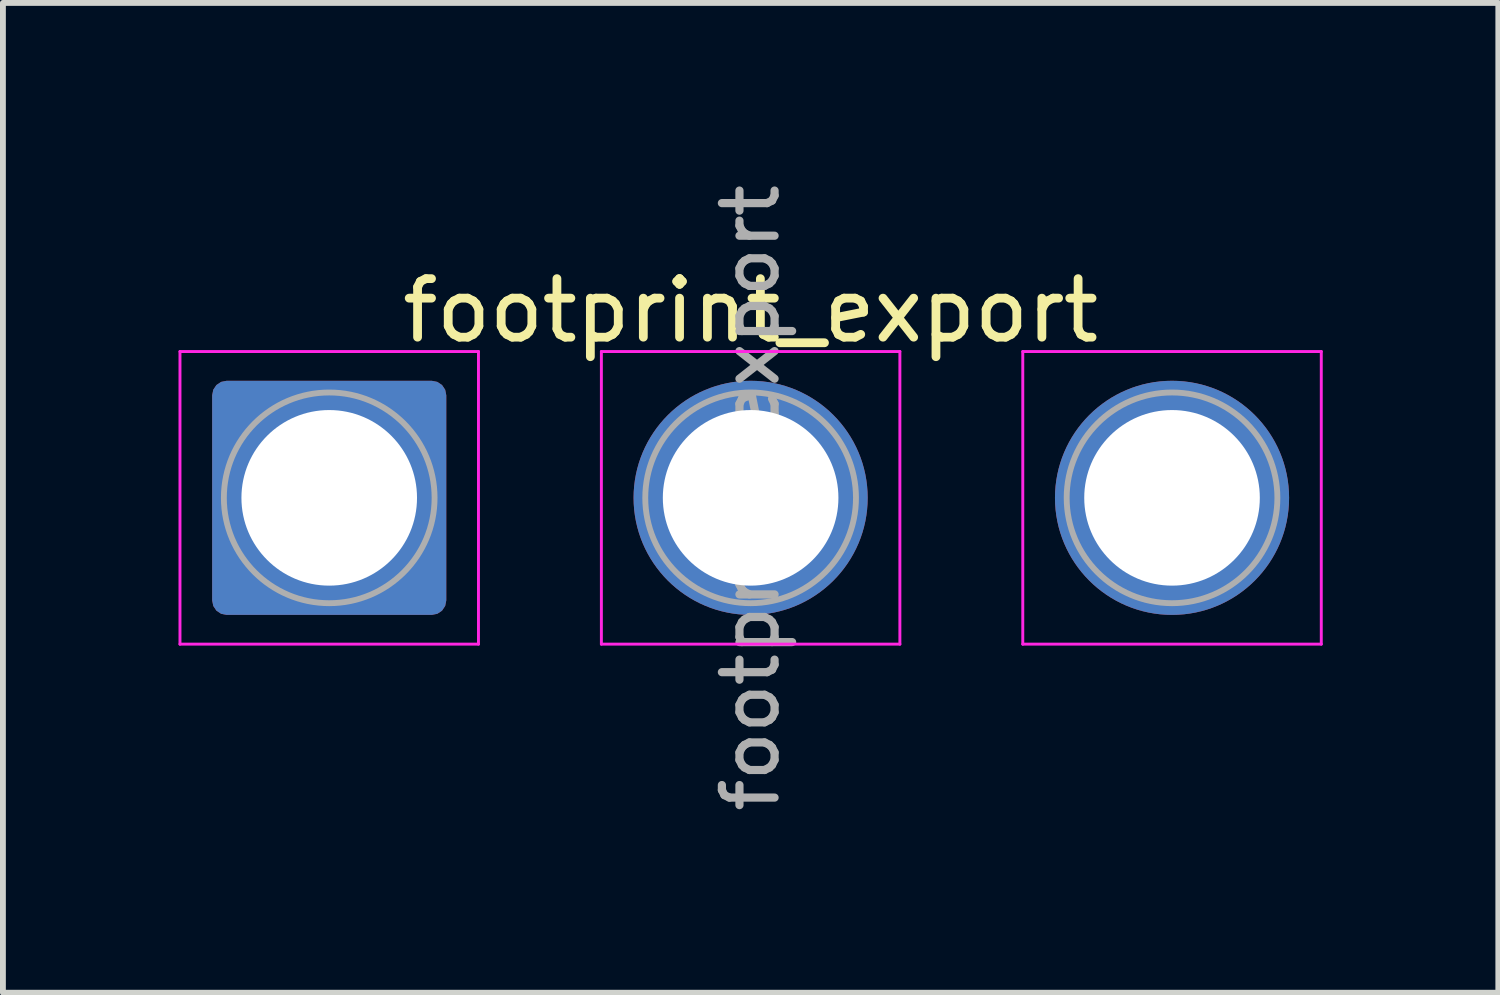
<source format=kicad_pcb>
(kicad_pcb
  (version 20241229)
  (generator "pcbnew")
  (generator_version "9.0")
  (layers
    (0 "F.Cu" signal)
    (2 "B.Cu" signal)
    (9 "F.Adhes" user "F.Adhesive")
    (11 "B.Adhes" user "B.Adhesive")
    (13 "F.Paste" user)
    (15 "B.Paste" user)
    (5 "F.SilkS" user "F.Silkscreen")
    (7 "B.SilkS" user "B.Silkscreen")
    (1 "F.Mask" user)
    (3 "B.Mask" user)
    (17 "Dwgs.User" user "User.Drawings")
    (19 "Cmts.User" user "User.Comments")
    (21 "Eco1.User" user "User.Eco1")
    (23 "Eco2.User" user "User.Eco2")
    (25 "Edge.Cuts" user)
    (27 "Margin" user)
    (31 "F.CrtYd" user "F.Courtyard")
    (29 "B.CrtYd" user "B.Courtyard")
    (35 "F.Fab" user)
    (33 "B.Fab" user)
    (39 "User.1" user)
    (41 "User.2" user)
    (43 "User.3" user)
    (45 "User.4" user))
  (footprint "footprint_export"
    (layer "F.Cu")
    (at 2.575 5.456)
    (property "Reference" "footprint_export" (at 7.2 -3.2 0) (layer "F.SilkS") (effects (font (size 1 1) (thickness 0.15))))
    (attr exclude_from_pos_files exclude_from_bom)
    (fp_line (start -2.55 -2.5) (end -2.55 2.5) (stroke (width 0.05) (type solid)) (layer "F.CrtYd"))
    (fp_line (start -2.55 2.5) (end 2.55 2.5) (stroke (width 0.05) (type solid)) (layer "F.CrtYd"))
    (fp_line (start 2.55 -2.5) (end -2.55 -2.5) (stroke (width 0.05) (type solid)) (layer "F.CrtYd"))
    (fp_line (start 2.55 2.5) (end 2.55 -2.5) (stroke (width 0.05) (type solid)) (layer "F.CrtYd"))
    (fp_line (start 4.65 -2.5) (end 4.65 2.5) (stroke (width 0.05) (type solid)) (layer "F.CrtYd"))
    (fp_line (start 4.65 2.5) (end 9.75 2.5) (stroke (width 0.05) (type solid)) (layer "F.CrtYd"))
    (fp_line (start 9.75 -2.5) (end 4.65 -2.5) (stroke (width 0.05) (type solid)) (layer "F.CrtYd"))
    (fp_line (start 9.75 2.5) (end 9.75 -2.5) (stroke (width 0.05) (type solid)) (layer "F.CrtYd"))
    (fp_line (start 11.85 -2.5) (end 11.85 2.5) (stroke (width 0.05) (type solid)) (layer "F.CrtYd"))
    (fp_line (start 11.85 2.5) (end 16.95 2.5) (stroke (width 0.05) (type solid)) (layer "F.CrtYd"))
    (fp_line (start 16.95 -2.5) (end 11.85 -2.5) (stroke (width 0.05) (type solid)) (layer "F.CrtYd"))
    (fp_line (start 16.95 2.5) (end 16.95 -2.5) (stroke (width 0.05) (type solid)) (layer "F.CrtYd"))
    (fp_circle (center 0 0) (end 1.8 0) (stroke (width 0.1) (type solid)) (fill no) (layer "F.Fab"))
    (fp_circle (center 7.2 0) (end 9 0) (stroke (width 0.1) (type solid)) (fill no) (layer "F.Fab"))
    (fp_circle (center 14.4 0) (end 16.2 0) (stroke (width 0.1) (type solid)) (fill no) (layer "F.Fab"))
    (fp_text user "${REFERENCE}" (at 7.2 0 90) (layer "F.Fab") (effects (font (size 0.9 0.9) (thickness 0.14))))
    (pad "1" thru_hole roundrect (at 0 0) (size 4 4) (drill 3) (layers "*.Cu" "*.Mask") (roundrect_rratio 0.062))
    (pad "2" thru_hole circle (at 7.2 0) (size 4 4) (drill 3) (layers "*.Cu" "*.Mask"))
    (pad "3" thru_hole circle (at 14.4 0) (size 4 4) (drill 3) (layers "*.Cu" "*.Mask")))
  (gr_rect
    (start -3 -3)
    (end 22.55 13.911)
    (stroke (width 0.1) (type default))
    (fill no)
    (layer "Edge.Cuts")))
</source>
